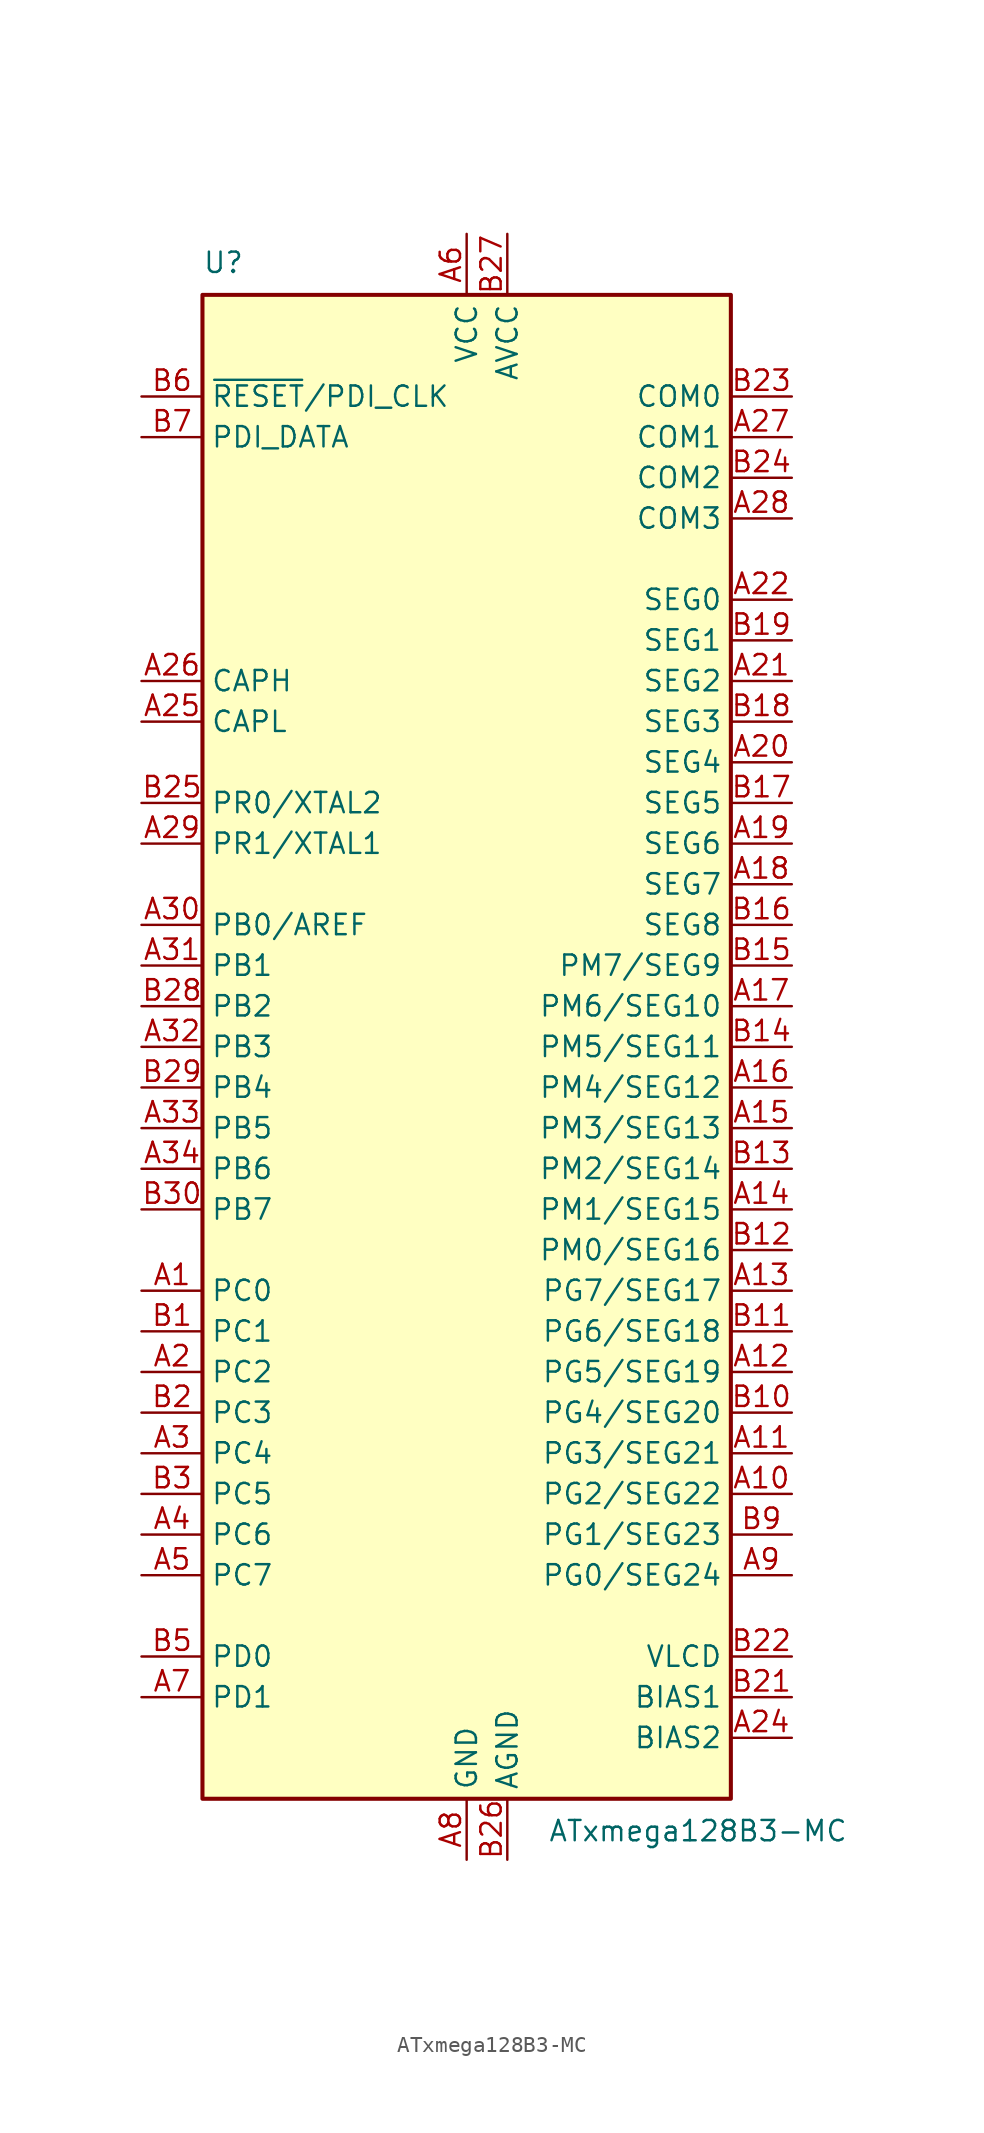
<source format=kicad_sym>
(kicad_symbol_lib
  (version 20201005)
  (generator kicad_symbol_editor)
  (symbol "MCU_Microchip_ATmega:ATxmega128B3-MC"
    (property "Reference" "U"
      (at -16.51 48.26 0)
      (effects (font (size 1.27 1.27)) (justify left bottom)))
    (property "Value" "ATxmega128B3-MC"
      (at 5.08 -48.26 0)
      (effects (font (size 1.27 1.27)) (justify left top)))
    (symbol "ATxmega128B3-MC_0_1"
      (rectangle (start -16.51 -46.99) (end 16.51 46.99) (stroke (width 0.254)) (fill (type background))))
    (symbol "ATxmega128B3-MC_1_1"
      (pin bidirectional line (at -20.32 -15.24 0) (length 3.81) (name "PC0" (effects (font (size 1.27 1.27)))) (number "A1" (effects (font (size 1.27 1.27)))))
      (pin bidirectional line (at 20.32 -27.94 180) (length 3.81) (name "PG2/SEG22" (effects (font (size 1.27 1.27)))) (number "A10" (effects (font (size 1.27 1.27)))))
      (pin bidirectional line (at 20.32 -25.4 180) (length 3.81) (name "PG3/SEG21" (effects (font (size 1.27 1.27)))) (number "A11" (effects (font (size 1.27 1.27)))))
      (pin bidirectional line (at 20.32 -20.32 180) (length 3.81) (name "PG5/SEG19" (effects (font (size 1.27 1.27)))) (number "A12" (effects (font (size 1.27 1.27)))))
      (pin bidirectional line (at 20.32 -15.24 180) (length 3.81) (name "PG7/SEG17" (effects (font (size 1.27 1.27)))) (number "A13" (effects (font (size 1.27 1.27)))))
      (pin bidirectional line (at 20.32 -10.16 180) (length 3.81) (name "PM1/SEG15" (effects (font (size 1.27 1.27)))) (number "A14" (effects (font (size 1.27 1.27)))))
      (pin bidirectional line (at 20.32 -5.08 180) (length 3.81) (name "PM3/SEG13" (effects (font (size 1.27 1.27)))) (number "A15" (effects (font (size 1.27 1.27)))))
      (pin bidirectional line (at 20.32 -2.54 180) (length 3.81) (name "PM4/SEG12" (effects (font (size 1.27 1.27)))) (number "A16" (effects (font (size 1.27 1.27)))))
      (pin bidirectional line (at 20.32 2.54 180) (length 3.81) (name "PM6/SEG10" (effects (font (size 1.27 1.27)))) (number "A17" (effects (font (size 1.27 1.27)))))
      (pin output line (at 20.32 10.16 180) (length 3.81) (name "SEG7" (effects (font (size 1.27 1.27)))) (number "A18" (effects (font (size 1.27 1.27)))))
      (pin output line (at 20.32 12.7 180) (length 3.81) (name "SEG6" (effects (font (size 1.27 1.27)))) (number "A19" (effects (font (size 1.27 1.27)))))
      (pin bidirectional line (at -20.32 -20.32 0) (length 3.81) (name "PC2" (effects (font (size 1.27 1.27)))) (number "A2" (effects (font (size 1.27 1.27)))))
      (pin output line (at 20.32 17.78 180) (length 3.81) (name "SEG4" (effects (font (size 1.27 1.27)))) (number "A20" (effects (font (size 1.27 1.27)))))
      (pin output line (at 20.32 22.86 180) (length 3.81) (name "SEG2" (effects (font (size 1.27 1.27)))) (number "A21" (effects (font (size 1.27 1.27)))))
      (pin output line (at 20.32 27.94 180) (length 3.81) (name "SEG0" (effects (font (size 1.27 1.27)))) (number "A22" (effects (font (size 1.27 1.27)))))
      (pin passive line (at 0 50.8 270) (length 3.81) hide (name "VCC" (effects (font (size 1.27 1.27)))) (number "A23" (effects (font (size 1.27 1.27)))))
      (pin power_out line (at 20.32 -43.18 180) (length 3.81) (name "BIAS2" (effects (font (size 1.27 1.27)))) (number "A24" (effects (font (size 1.27 1.27)))))
      (pin passive line (at -20.32 20.32 0) (length 3.81) (name "CAPL" (effects (font (size 1.27 1.27)))) (number "A25" (effects (font (size 1.27 1.27)))))
      (pin passive line (at -20.32 22.86 0) (length 3.81) (name "CAPH" (effects (font (size 1.27 1.27)))) (number "A26" (effects (font (size 1.27 1.27)))))
      (pin output line (at 20.32 38.1 180) (length 3.81) (name "COM1" (effects (font (size 1.27 1.27)))) (number "A27" (effects (font (size 1.27 1.27)))))
      (pin output line (at 20.32 33.02 180) (length 3.81) (name "COM3" (effects (font (size 1.27 1.27)))) (number "A28" (effects (font (size 1.27 1.27)))))
      (pin bidirectional line (at -20.32 12.7 0) (length 3.81) (name "PR1/XTAL1" (effects (font (size 1.27 1.27)))) (number "A29" (effects (font (size 1.27 1.27)))))
      (pin bidirectional line (at -20.32 -25.4 0) (length 3.81) (name "PC4" (effects (font (size 1.27 1.27)))) (number "A3" (effects (font (size 1.27 1.27)))))
      (pin bidirectional line (at -20.32 7.62 0) (length 3.81) (name "PB0/AREF" (effects (font (size 1.27 1.27)))) (number "A30" (effects (font (size 1.27 1.27)))))
      (pin bidirectional line (at -20.32 5.08 0) (length 3.81) (name "PB1" (effects (font (size 1.27 1.27)))) (number "A31" (effects (font (size 1.27 1.27)))))
      (pin bidirectional line (at -20.32 0 0) (length 3.81) (name "PB3" (effects (font (size 1.27 1.27)))) (number "A32" (effects (font (size 1.27 1.27)))))
      (pin bidirectional line (at -20.32 -5.08 0) (length 3.81) (name "PB5" (effects (font (size 1.27 1.27)))) (number "A33" (effects (font (size 1.27 1.27)))))
      (pin bidirectional line (at -20.32 -7.62 0) (length 3.81) (name "PB6" (effects (font (size 1.27 1.27)))) (number "A34" (effects (font (size 1.27 1.27)))))
      (pin bidirectional line (at -20.32 -30.48 0) (length 3.81) (name "PC6" (effects (font (size 1.27 1.27)))) (number "A4" (effects (font (size 1.27 1.27)))))
      (pin bidirectional line (at -20.32 -33.02 0) (length 3.81) (name "PC7" (effects (font (size 1.27 1.27)))) (number "A5" (effects (font (size 1.27 1.27)))))
      (pin power_in line (at 0 50.8 270) (length 3.81) (name "VCC" (effects (font (size 1.27 1.27)))) (number "A6" (effects (font (size 1.27 1.27)))))
      (pin bidirectional line (at -20.32 -40.64 0) (length 3.81) (name "PD1" (effects (font (size 1.27 1.27)))) (number "A7" (effects (font (size 1.27 1.27)))))
      (pin power_in line (at 0 -50.8 90) (length 3.81) (name "GND" (effects (font (size 1.27 1.27)))) (number "A8" (effects (font (size 1.27 1.27)))))
      (pin bidirectional line (at 20.32 -33.02 180) (length 3.81) (name "PG0/SEG24" (effects (font (size 1.27 1.27)))) (number "A9" (effects (font (size 1.27 1.27)))))
      (pin bidirectional line (at -20.32 -17.78 0) (length 3.81) (name "PC1" (effects (font (size 1.27 1.27)))) (number "B1" (effects (font (size 1.27 1.27)))))
      (pin bidirectional line (at 20.32 -22.86 180) (length 3.81) (name "PG4/SEG20" (effects (font (size 1.27 1.27)))) (number "B10" (effects (font (size 1.27 1.27)))))
      (pin bidirectional line (at 20.32 -17.78 180) (length 3.81) (name "PG6/SEG18" (effects (font (size 1.27 1.27)))) (number "B11" (effects (font (size 1.27 1.27)))))
      (pin bidirectional line (at 20.32 -12.7 180) (length 3.81) (name "PM0/SEG16" (effects (font (size 1.27 1.27)))) (number "B12" (effects (font (size 1.27 1.27)))))
      (pin bidirectional line (at 20.32 -7.62 180) (length 3.81) (name "PM2/SEG14" (effects (font (size 1.27 1.27)))) (number "B13" (effects (font (size 1.27 1.27)))))
      (pin bidirectional line (at 20.32 0 180) (length 3.81) (name "PM5/SEG11" (effects (font (size 1.27 1.27)))) (number "B14" (effects (font (size 1.27 1.27)))))
      (pin bidirectional line (at 20.32 5.08 180) (length 3.81) (name "PM7/SEG9" (effects (font (size 1.27 1.27)))) (number "B15" (effects (font (size 1.27 1.27)))))
      (pin output line (at 20.32 7.62 180) (length 3.81) (name "SEG8" (effects (font (size 1.27 1.27)))) (number "B16" (effects (font (size 1.27 1.27)))))
      (pin output line (at 20.32 15.24 180) (length 3.81) (name "SEG5" (effects (font (size 1.27 1.27)))) (number "B17" (effects (font (size 1.27 1.27)))))
      (pin output line (at 20.32 20.32 180) (length 3.81) (name "SEG3" (effects (font (size 1.27 1.27)))) (number "B18" (effects (font (size 1.27 1.27)))))
      (pin output line (at 20.32 25.4 180) (length 3.81) (name "SEG1" (effects (font (size 1.27 1.27)))) (number "B19" (effects (font (size 1.27 1.27)))))
      (pin bidirectional line (at -20.32 -22.86 0) (length 3.81) (name "PC3" (effects (font (size 1.27 1.27)))) (number "B2" (effects (font (size 1.27 1.27)))))
      (pin passive line (at 0 -50.8 90) (length 3.81) hide (name "GND" (effects (font (size 1.27 1.27)))) (number "B20" (effects (font (size 1.27 1.27)))))
      (pin power_out line (at 20.32 -40.64 180) (length 3.81) (name "BIAS1" (effects (font (size 1.27 1.27)))) (number "B21" (effects (font (size 1.27 1.27)))))
      (pin power_out line (at 20.32 -38.1 180) (length 3.81) (name "VLCD" (effects (font (size 1.27 1.27)))) (number "B22" (effects (font (size 1.27 1.27)))))
      (pin output line (at 20.32 40.64 180) (length 3.81) (name "COM0" (effects (font (size 1.27 1.27)))) (number "B23" (effects (font (size 1.27 1.27)))))
      (pin output line (at 20.32 35.56 180) (length 3.81) (name "COM2" (effects (font (size 1.27 1.27)))) (number "B24" (effects (font (size 1.27 1.27)))))
      (pin bidirectional line (at -20.32 15.24 0) (length 3.81) (name "PR0/XTAL2" (effects (font (size 1.27 1.27)))) (number "B25" (effects (font (size 1.27 1.27)))))
      (pin power_in line (at 2.54 -50.8 90) (length 3.81) (name "AGND" (effects (font (size 1.27 1.27)))) (number "B26" (effects (font (size 1.27 1.27)))))
      (pin power_in line (at 2.54 50.8 270) (length 3.81) (name "AVCC" (effects (font (size 1.27 1.27)))) (number "B27" (effects (font (size 1.27 1.27)))))
      (pin bidirectional line (at -20.32 2.54 0) (length 3.81) (name "PB2" (effects (font (size 1.27 1.27)))) (number "B28" (effects (font (size 1.27 1.27)))))
      (pin bidirectional line (at -20.32 -2.54 0) (length 3.81) (name "PB4" (effects (font (size 1.27 1.27)))) (number "B29" (effects (font (size 1.27 1.27)))))
      (pin bidirectional line (at -20.32 -27.94 0) (length 3.81) (name "PC5" (effects (font (size 1.27 1.27)))) (number "B3" (effects (font (size 1.27 1.27)))))
      (pin bidirectional line (at -20.32 -10.16 0) (length 3.81) (name "PB7" (effects (font (size 1.27 1.27)))) (number "B30" (effects (font (size 1.27 1.27)))))
      (pin passive line (at 0 -50.8 90) (length 3.81) hide (name "GND" (effects (font (size 1.27 1.27)))) (number "B4" (effects (font (size 1.27 1.27)))))
      (pin bidirectional line (at -20.32 -38.1 0) (length 3.81) (name "PD0" (effects (font (size 1.27 1.27)))) (number "B5" (effects (font (size 1.27 1.27)))))
      (pin input line (at -20.32 40.64 0) (length 3.81) (name "~RESET~/PDI_CLK" (effects (font (size 1.27 1.27)))) (number "B6" (effects (font (size 1.27 1.27)))))
      (pin bidirectional line (at -20.32 38.1 0) (length 3.81) (name "PDI_DATA" (effects (font (size 1.27 1.27)))) (number "B7" (effects (font (size 1.27 1.27)))))
      (pin passive line (at 0 50.8 270) (length 3.81) hide (name "VCC" (effects (font (size 1.27 1.27)))) (number "B8" (effects (font (size 1.27 1.27)))))
      (pin bidirectional line (at 20.32 -30.48 180) (length 3.81) (name "PG1/SEG23" (effects (font (size 1.27 1.27)))) (number "B9" (effects (font (size 1.27 1.27)))))
      (pin passive line (at 0 -50.8 90) (length 3.81) hide (name "GND" (effects (font (size 1.27 1.27)))) (number "EP" (effects (font (size 1.27 1.27))))))))
</source>
